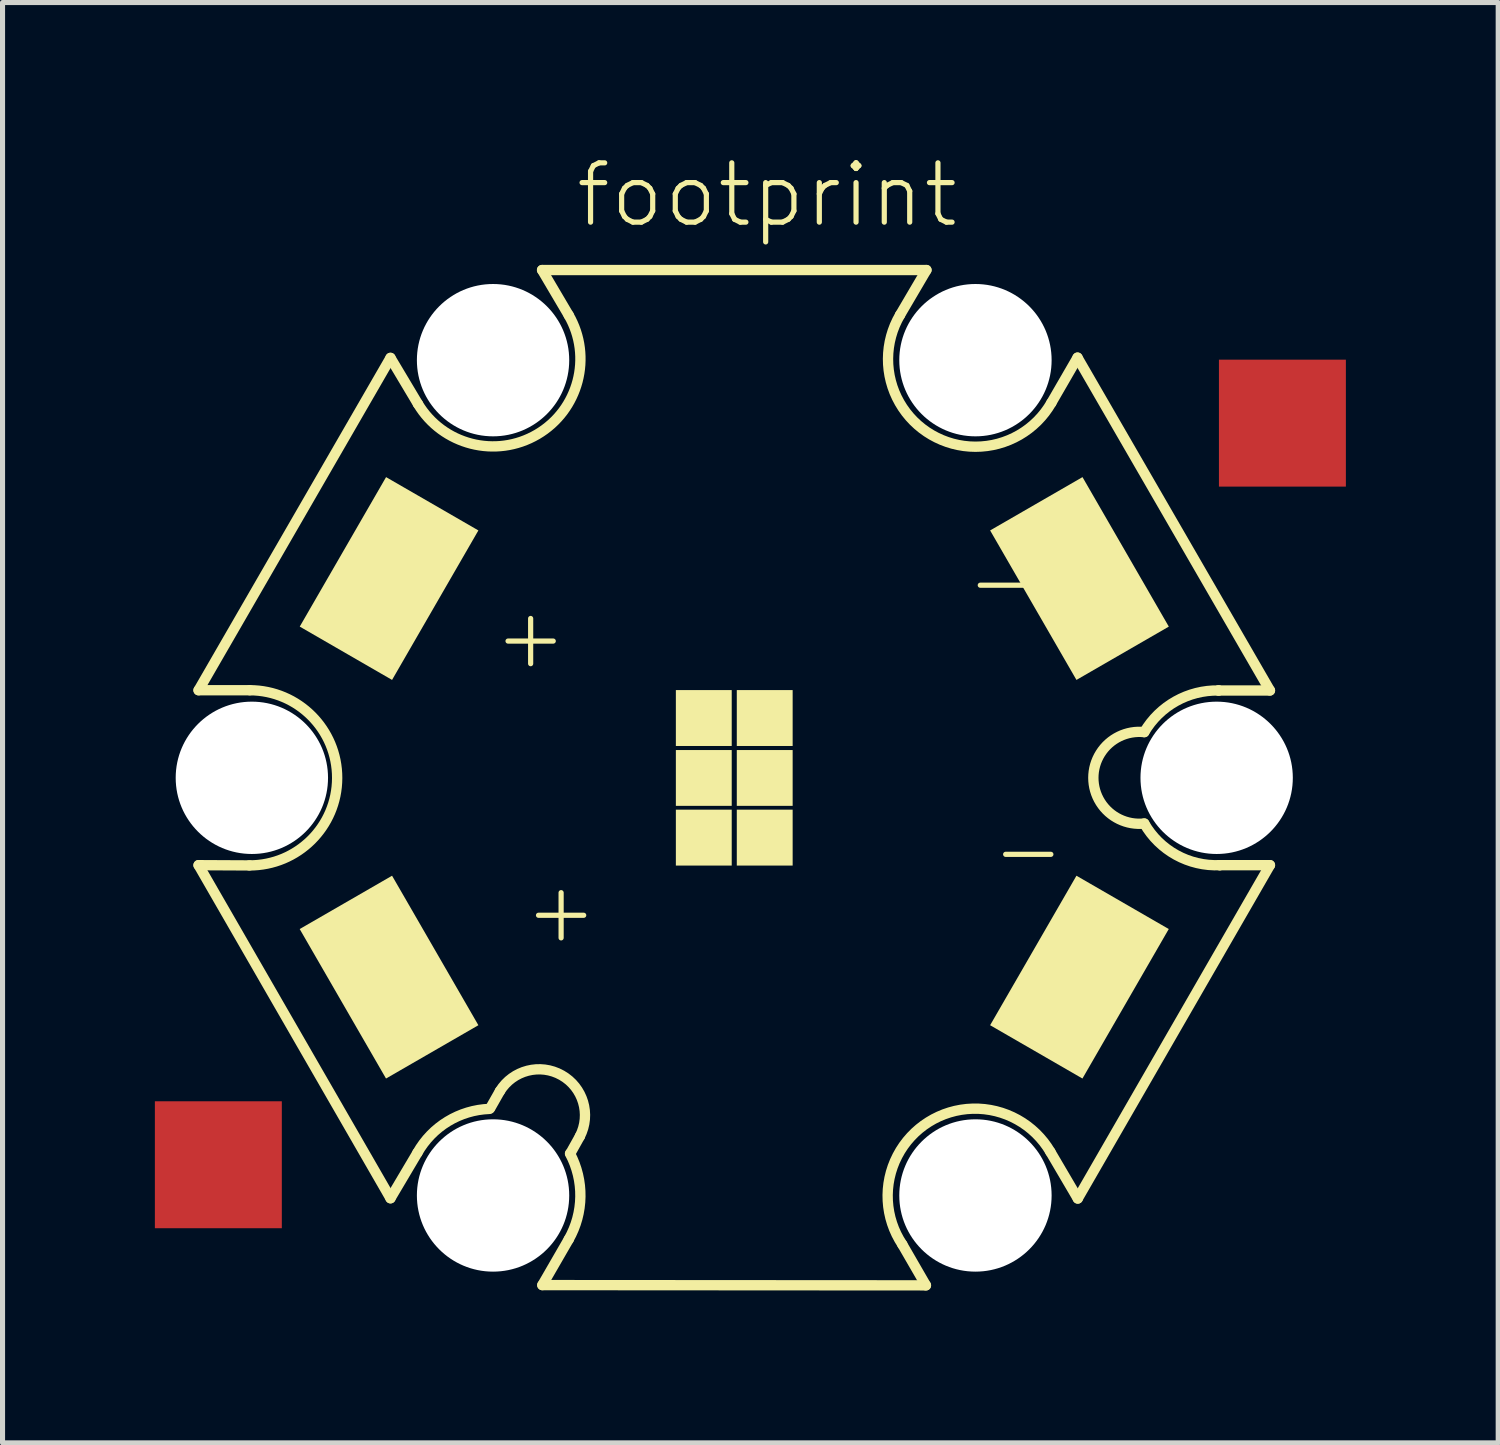
<source format=kicad_pcb>
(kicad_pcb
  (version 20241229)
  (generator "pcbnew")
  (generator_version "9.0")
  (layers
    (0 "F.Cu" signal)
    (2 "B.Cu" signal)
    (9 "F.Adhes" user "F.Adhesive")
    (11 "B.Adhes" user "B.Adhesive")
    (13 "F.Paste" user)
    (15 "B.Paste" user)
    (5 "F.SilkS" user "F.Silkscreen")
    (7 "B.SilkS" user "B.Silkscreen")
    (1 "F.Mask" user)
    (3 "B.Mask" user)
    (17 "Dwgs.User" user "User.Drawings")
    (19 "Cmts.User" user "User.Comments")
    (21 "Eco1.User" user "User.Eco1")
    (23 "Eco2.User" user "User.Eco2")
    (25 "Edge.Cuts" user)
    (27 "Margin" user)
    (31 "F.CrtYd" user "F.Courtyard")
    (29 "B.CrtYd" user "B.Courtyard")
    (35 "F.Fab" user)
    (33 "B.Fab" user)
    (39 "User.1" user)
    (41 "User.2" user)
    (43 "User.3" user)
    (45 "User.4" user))
  (footprint "footprint"
    (layer "F.Cu")
    (at 11.41 12.268)
    (property "Reference" "footprint" (at -3.175 -10.795 0) (layer "F.SilkS") (effects (font (size 1.168 1.168) (thickness 0.102)) (justify left bottom)))
    (fp_line (start -10.55 -1.725) (end -6.77 -8.27) (stroke (width 0.203) (type solid)) (layer "F.SilkS"))
    (fp_line (start -10.55 1.72) (end -9.55 1.725) (stroke (width 0.203) (type solid)) (layer "F.SilkS"))
    (fp_line (start -9.54 -1.725) (end -10.55 -1.725) (stroke (width 0.203) (type solid)) (layer "F.SilkS"))
    (fp_line (start -6.77 -8.27) (end -6.23 -7.365) (stroke (width 0.203) (type solid)) (layer "F.SilkS"))
    (fp_line (start -6.77 8.28) (end -10.55 1.72) (stroke (width 0.203) (type solid)) (layer "F.SilkS"))
    (fp_line (start -6.24 7.385) (end -6.77 8.28) (stroke (width 0.203) (type solid)) (layer "F.SilkS"))
    (fp_line (start -4.805 6.505) (end -4.615 6.17) (stroke (width 0.203) (type solid)) (layer "F.SilkS"))
    (fp_line (start -3.785 -10) (end 3.785 -10) (stroke (width 0.203) (type solid)) (layer "F.SilkS"))
    (fp_line (start -3.78 9.99) (end -3.26 9.09) (stroke (width 0.203) (type solid)) (layer "F.SilkS"))
    (fp_line (start -3.26 -9.11) (end -3.785 -10) (stroke (width 0.203) (type solid)) (layer "F.SilkS"))
    (fp_line (start -3.04 7.06) (end -3.23 7.4) (stroke (width 0.203) (type solid)) (layer "F.SilkS"))
    (fp_line (start 3.31 9.19) (end 3.775 9.995) (stroke (width 0.203) (type solid)) (layer "F.SilkS"))
    (fp_line (start 3.775 9.995) (end -3.78 9.99) (stroke (width 0.203) (type solid)) (layer "F.SilkS"))
    (fp_line (start 3.785 -10) (end 3.265 -9.115) (stroke (width 0.203) (type solid)) (layer "F.SilkS"))
    (fp_line (start 6.245 -7.385) (end 6.76 -8.275) (stroke (width 0.203) (type solid)) (layer "F.SilkS"))
    (fp_line (start 6.76 -8.275) (end 10.55 -1.72) (stroke (width 0.203) (type solid)) (layer "F.SilkS"))
    (fp_line (start 6.765 8.285) (end 6.225 7.365) (stroke (width 0.203) (type solid)) (layer "F.SilkS"))
    (fp_line (start 9.54 -1.72) (end 9.535 -1.72) (stroke (width 0.203) (type solid)) (layer "F.SilkS"))
    (fp_line (start 9.55 1.72) (end 9.565 1.72) (stroke (width 0.203) (type solid)) (layer "F.SilkS"))
    (fp_line (start 9.565 1.72) (end 10.55 1.72) (stroke (width 0.203) (type solid)) (layer "F.SilkS"))
    (fp_line (start 10.55 -1.72) (end 9.54 -1.72) (stroke (width 0.203) (type solid)) (layer "F.SilkS"))
    (fp_line (start 10.55 1.72) (end 6.765 8.285) (stroke (width 0.203) (type solid)) (layer "F.SilkS"))
    (fp_arc (start -9.54 -1.725001) (mid -7.816396 0.00501) (end -9.55 1.725) (stroke (width 0.2032) (type solid)) (layer "F.SilkS"))
    (fp_arc (start -6.24 7.385) (mid -5.643077 6.766871) (end -4.820001 6.52) (stroke (width 0.2032) (type solid)) (layer "F.SilkS"))
    (fp_arc (start -4.615 6.17) (mid -3.399455 5.857505) (end -3.039999 7.06) (stroke (width 0.2032) (type solid)) (layer "F.SilkS"))
    (fp_arc (start -3.259999 -9.11) (mid -3.878355 -6.762466) (end -6.23 -7.365) (stroke (width 0.2032) (type solid)) (layer "F.SilkS"))
    (fp_arc (start -3.235 7.4) (mid -3.030175 8.248214) (end -3.26 9.089999) (stroke (width 0.2032) (type solid)) (layer "F.SilkS"))
    (fp_arc (start 3.309999 9.19) (mid 3.828583 6.777806) (end 6.225 7.365) (stroke (width 0.2032) (type solid)) (layer "F.SilkS"))
    (fp_arc (start 6.244998 -7.385) (mid 3.885518 -6.752281) (end 3.265 -9.115) (stroke (width 0.2032) (type solid)) (layer "F.SilkS"))
    (fp_arc (start 8.075 -0.9) (mid 8.696289 -1.508688) (end 9.54 -1.72) (stroke (width 0.2032) (type solid)) (layer "F.SilkS"))
    (fp_arc (start 8.075 0.9) (mid 7.071902 0) (end 8.075 -0.9) (stroke (width 0.2032) (type solid)) (layer "F.SilkS"))
    (fp_arc (start 9.565 1.72) (mid 8.704471 1.519925) (end 8.075 0.9) (stroke (width 0.2032) (type solid)) (layer "F.SilkS"))
    (fp_poly (pts (xy -6.739 1.928) (xy -8.558 2.978) (xy -6.858 5.922) (xy -5.039 4.872)) (stroke (width 0) (type solid)) (fill yes) (layer "F.SilkS"))
    (fp_poly (pts (xy -5.039 -4.872) (xy -6.857 -5.922) (xy -8.557 -2.978) (xy -6.739 -1.928)) (stroke (width 0) (type solid)) (fill yes) (layer "F.SilkS"))
    (fp_poly (pts (xy -1.15 -0.627) (xy -0.05 -0.627) (xy -0.05 -1.728) (xy -1.15 -1.728)) (stroke (width 0) (type solid)) (fill yes) (layer "F.SilkS"))
    (fp_poly (pts (xy -1.15 0.552) (xy -0.05 0.552) (xy -0.05 -0.547) (xy -1.15 -0.547)) (stroke (width 0) (type solid)) (fill yes) (layer "F.SilkS"))
    (fp_poly (pts (xy -1.15 1.728) (xy -0.05 1.728) (xy -0.05 0.627) (xy -1.15 0.627)) (stroke (width 0) (type solid)) (fill yes) (layer "F.SilkS"))
    (fp_poly (pts (xy 0.05 -0.627) (xy 1.15 -0.627) (xy 1.15 -1.728) (xy 0.05 -1.728)) (stroke (width 0) (type solid)) (fill yes) (layer "F.SilkS"))
    (fp_poly (pts (xy 0.05 0.552) (xy 1.15 0.552) (xy 1.15 -0.547) (xy 0.05 -0.547)) (stroke (width 0) (type solid)) (fill yes) (layer "F.SilkS"))
    (fp_poly (pts (xy 0.05 1.728) (xy 1.15 1.728) (xy 1.15 0.627) (xy 0.05 0.627)) (stroke (width 0) (type solid)) (fill yes) (layer "F.SilkS"))
    (fp_poly (pts (xy 5.039 4.872) (xy 6.857 5.922) (xy 8.557 2.978) (xy 6.739 1.928)) (stroke (width 0) (type solid)) (fill yes) (layer "F.SilkS"))
    (fp_poly (pts (xy 6.739 -1.928) (xy 8.558 -2.978) (xy 6.858 -5.922) (xy 5.039 -4.872)) (stroke (width 0) (type solid)) (fill yes) (layer "F.SilkS"))
    (fp_text user "-" (at 4.5 -3.2 0) (layer "F.SilkS") (effects (font (size 1.168 1.168) (thickness 0.102)) (justify left bottom)))
    (fp_text user "-" (at 5 2.1 0) (layer "F.SilkS") (effects (font (size 1.168 1.168) (thickness 0.102)) (justify left bottom)))
    (fp_text user "+" (at -4.8 -2.1 0) (layer "F.SilkS") (effects (font (size 1.168 1.168) (thickness 0.102)) (justify left bottom)))
    (fp_text user "+" (at -4.2 3.3 0) (layer "F.SilkS") (effects (font (size 1.168 1.168) (thickness 0.102)) (justify left bottom)))
    (pad "" np_thru_hole circle (at -9.5 0) (size 3 3) (drill 3) (layers "*.Cu" "*.Mask"))
    (pad "" np_thru_hole circle (at -4.75 -8.225) (size 3 3) (drill 3) (layers "*.Cu" "*.Mask"))
    (pad "" np_thru_hole circle (at -4.75 8.225) (size 3 3) (drill 3) (layers "*.Cu" "*.Mask"))
    (pad "" np_thru_hole circle (at 4.75 -8.225) (size 3 3) (drill 3) (layers "*.Cu" "*.Mask"))
    (pad "" np_thru_hole circle (at 4.75 8.225) (size 3 3) (drill 3) (layers "*.Cu" "*.Mask"))
    (pad "" np_thru_hole circle (at 9.5 0) (size 3 3) (drill 3) (layers "*.Cu" "*.Mask"))
    (pad "+" smd rect (at -10.16 7.62) (size 2.5 2.5) (layers "F.Cu" "F.Mask" "F.Paste"))
    (pad "-" smd rect (at 10.795 -6.985) (size 2.5 2.5) (layers "F.Cu" "F.Mask" "F.Paste")))
  (gr_rect
    (start -3 -3)
    (end 26.455 25.365)
    (stroke (width 0.1) (type default))
    (fill no)
    (layer "Edge.Cuts")))
</source>
